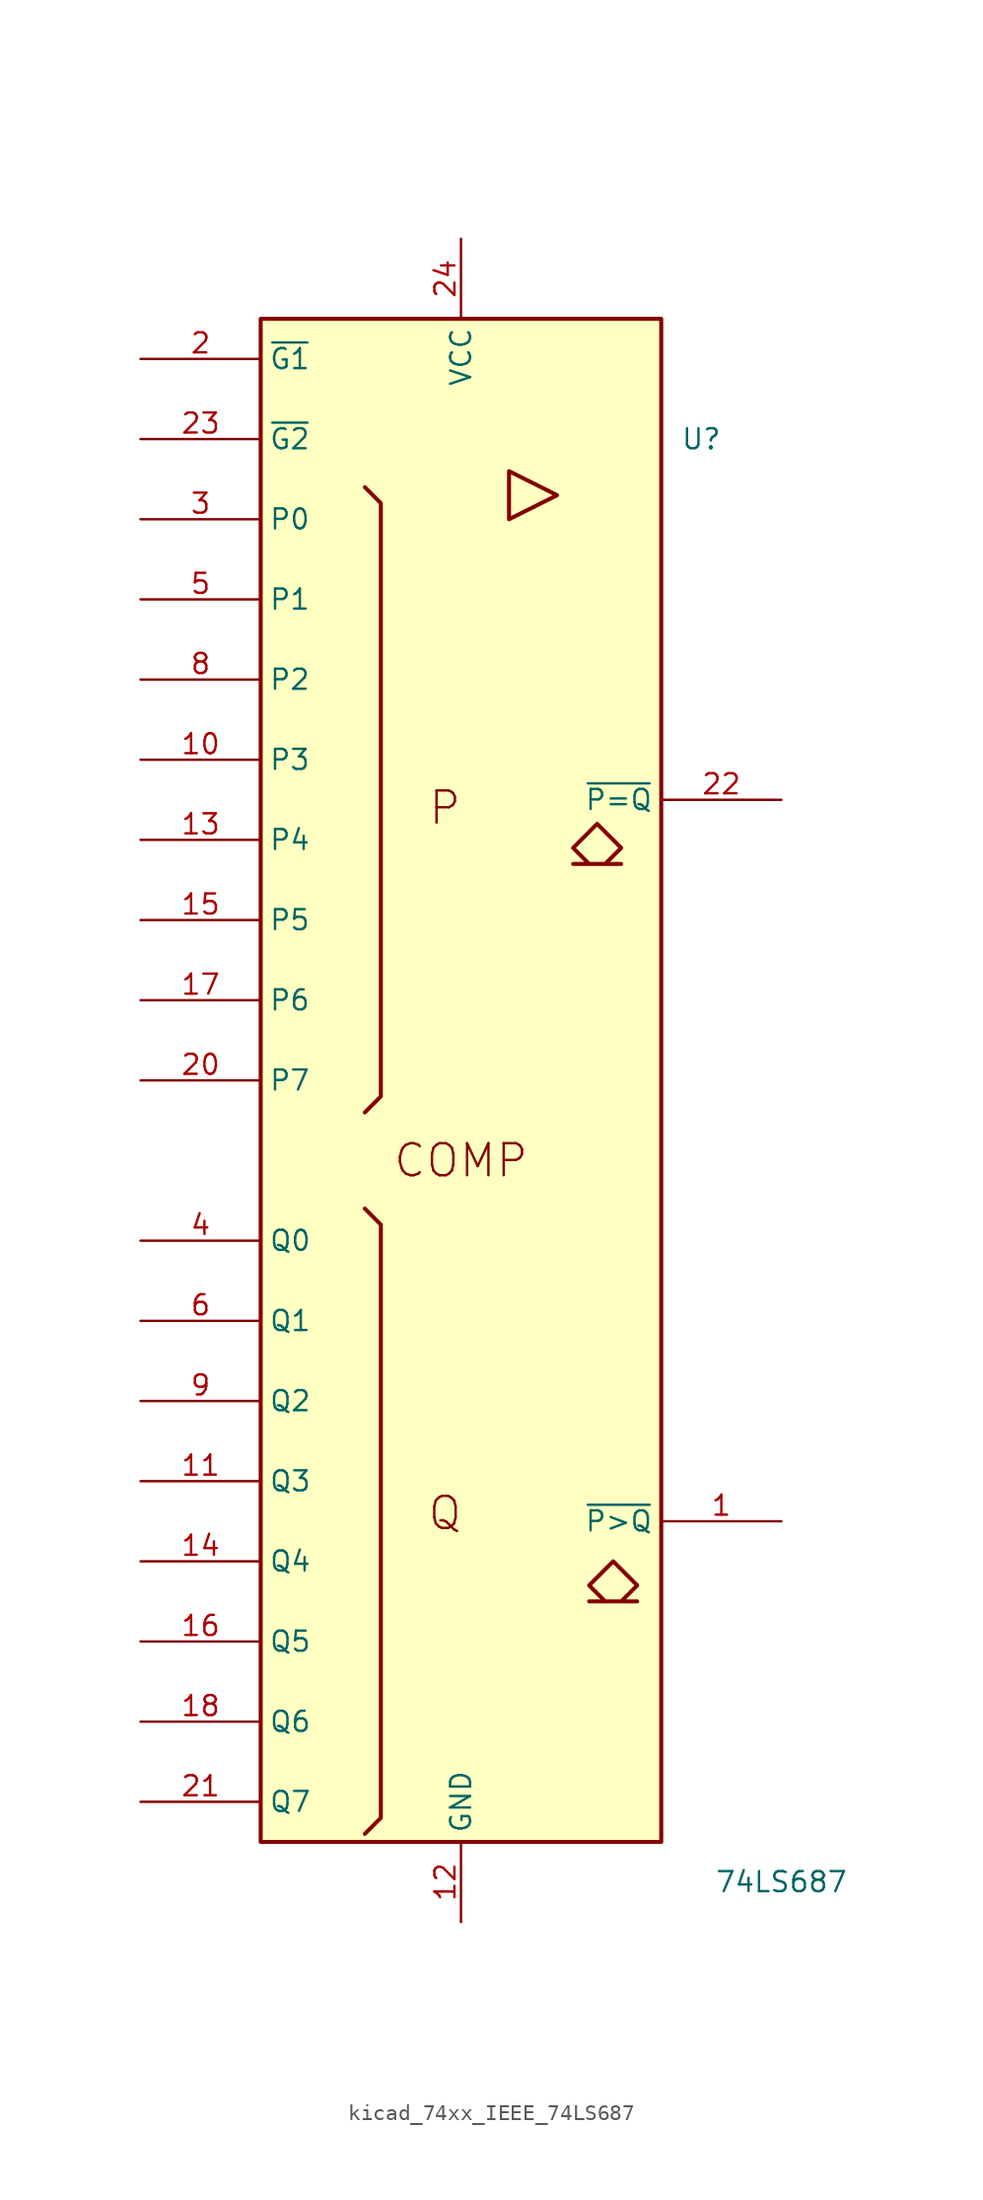
<source format=kicad_sym>
(kicad_symbol_lib
  (version 20220914)
  (generator kicad_symbol_editor)
  (symbol "kicad_74xx_IEEE_74LS687"
    (property "Reference" "U"
      (at 15.24 45.72 0)
      (effects (font (size 1.27 1.27))))
    (property "Value" "74LS687"
      (at 20.32 -45.72 0)
      (effects (font (size 1.27 1.27))))
    (symbol "kicad_74xx_IEEE_74LS687_0_0"
      (rectangle (start -12.7 53.34) (end 12.7 -43.18) (stroke (width 0.254) (type default)) (fill (type background)))
      (polyline (pts (xy 3.048 43.688) (xy 3.048 40.64) (xy 6.096 42.164) (xy 3.048 43.688) (xy 3.048 43.688)) (stroke (width 0.254) (type default)) (fill (type background)))
      (polyline (pts (xy 8.636 21.336) (xy 10.16 19.812) (xy 9.144 18.796) (xy 10.16 18.796) (xy 7.112 18.796) (xy 8.128 18.796) (xy 7.112 19.812) (xy 8.636 21.336) (xy 8.636 21.336)) (stroke (width 0.254) (type default)) (fill (type background)))
      (polyline (pts (xy 9.652 -25.4) (xy 11.176 -26.924) (xy 10.16 -27.94) (xy 11.176 -27.94) (xy 8.128 -27.94) (xy 9.144 -27.94) (xy 8.128 -26.924) (xy 9.652 -25.4) (xy 9.652 -25.4)) (stroke (width 0.254) (type default)) (fill (type background)))
      (text "COMP" (at 0 0 0) (effects (font (size 2.032 2.032))))
      (text "P" (at -1.016 22.352 0) (effects (font (size 2.032 2.032))))
      (text "Q" (at -1.016 -22.352 0) (effects (font (size 2.032 2.032)))))
    (symbol "kicad_74xx_IEEE_74LS687_0_1"
      (polyline (pts (xy -6.096 -3.048) (xy -5.08 -4.064) (xy -5.08 -41.656) (xy -6.096 -42.672) (xy -6.096 -42.672)) (stroke (width 0.254) (type default)) (fill (type background)))
      (polyline (pts (xy -6.096 42.672) (xy -5.08 41.656) (xy -5.08 4.064) (xy -6.096 3.048) (xy -6.096 3.048)) (stroke (width 0.254) (type default)) (fill (type background))))
    (symbol "kicad_74xx_IEEE_74LS687_1_1"
      (pin output line (at 20.32 -22.86 180) (length 7.62) (name "~{P>Q}" (effects (font (size 1.27 1.27)))) (number "1" (effects (font (size 1.27 1.27)))))
      (pin input line (at -20.32 25.4 0) (length 7.62) (name "P3" (effects (font (size 1.27 1.27)))) (number "10" (effects (font (size 1.27 1.27)))))
      (pin input line (at -20.32 -20.32 0) (length 7.62) (name "Q3" (effects (font (size 1.27 1.27)))) (number "11" (effects (font (size 1.27 1.27)))))
      (pin power_in line (at 0 -48.26 90) (length 5.08) (name "GND" (effects (font (size 1.27 1.27)))) (number "12" (effects (font (size 1.27 1.27)))))
      (pin input line (at -20.32 20.32 0) (length 7.62) (name "P4" (effects (font (size 1.27 1.27)))) (number "13" (effects (font (size 1.27 1.27)))))
      (pin input line (at -20.32 -25.4 0) (length 7.62) (name "Q4" (effects (font (size 1.27 1.27)))) (number "14" (effects (font (size 1.27 1.27)))))
      (pin input line (at -20.32 15.24 0) (length 7.62) (name "P5" (effects (font (size 1.27 1.27)))) (number "15" (effects (font (size 1.27 1.27)))))
      (pin input line (at -20.32 -30.48 0) (length 7.62) (name "Q5" (effects (font (size 1.27 1.27)))) (number "16" (effects (font (size 1.27 1.27)))))
      (pin input line (at -20.32 10.16 0) (length 7.62) (name "P6" (effects (font (size 1.27 1.27)))) (number "17" (effects (font (size 1.27 1.27)))))
      (pin input line (at -20.32 -35.56 0) (length 7.62) (name "Q6" (effects (font (size 1.27 1.27)))) (number "18" (effects (font (size 1.27 1.27)))))
      (pin input line (at -20.32 50.8 0) (length 7.62) (name "~{G1}" (effects (font (size 1.27 1.27)))) (number "2" (effects (font (size 1.27 1.27)))))
      (pin input line (at -20.32 5.08 0) (length 7.62) (name "P7" (effects (font (size 1.27 1.27)))) (number "20" (effects (font (size 1.27 1.27)))))
      (pin input line (at -20.32 -40.64 0) (length 7.62) (name "Q7" (effects (font (size 1.27 1.27)))) (number "21" (effects (font (size 1.27 1.27)))))
      (pin output line (at 20.32 22.86 180) (length 7.62) (name "~{P=Q}" (effects (font (size 1.27 1.27)))) (number "22" (effects (font (size 1.27 1.27)))))
      (pin input line (at -20.32 45.72 0) (length 7.62) (name "~{G2}" (effects (font (size 1.27 1.27)))) (number "23" (effects (font (size 1.27 1.27)))))
      (pin power_in line (at 0 58.42 270) (length 5.08) (name "VCC" (effects (font (size 1.27 1.27)))) (number "24" (effects (font (size 1.27 1.27)))))
      (pin input line (at -20.32 40.64 0) (length 7.62) (name "P0" (effects (font (size 1.27 1.27)))) (number "3" (effects (font (size 1.27 1.27)))))
      (pin input line (at -20.32 -5.08 0) (length 7.62) (name "Q0" (effects (font (size 1.27 1.27)))) (number "4" (effects (font (size 1.27 1.27)))))
      (pin input line (at -20.32 35.56 0) (length 7.62) (name "P1" (effects (font (size 1.27 1.27)))) (number "5" (effects (font (size 1.27 1.27)))))
      (pin input line (at -20.32 -10.16 0) (length 7.62) (name "Q1" (effects (font (size 1.27 1.27)))) (number "6" (effects (font (size 1.27 1.27)))))
      (pin input line (at -20.32 30.48 0) (length 7.62) (name "P2" (effects (font (size 1.27 1.27)))) (number "8" (effects (font (size 1.27 1.27)))))
      (pin input line (at -20.32 -15.24 0) (length 7.62) (name "Q2" (effects (font (size 1.27 1.27)))) (number "9" (effects (font (size 1.27 1.27))))))))
</source>
